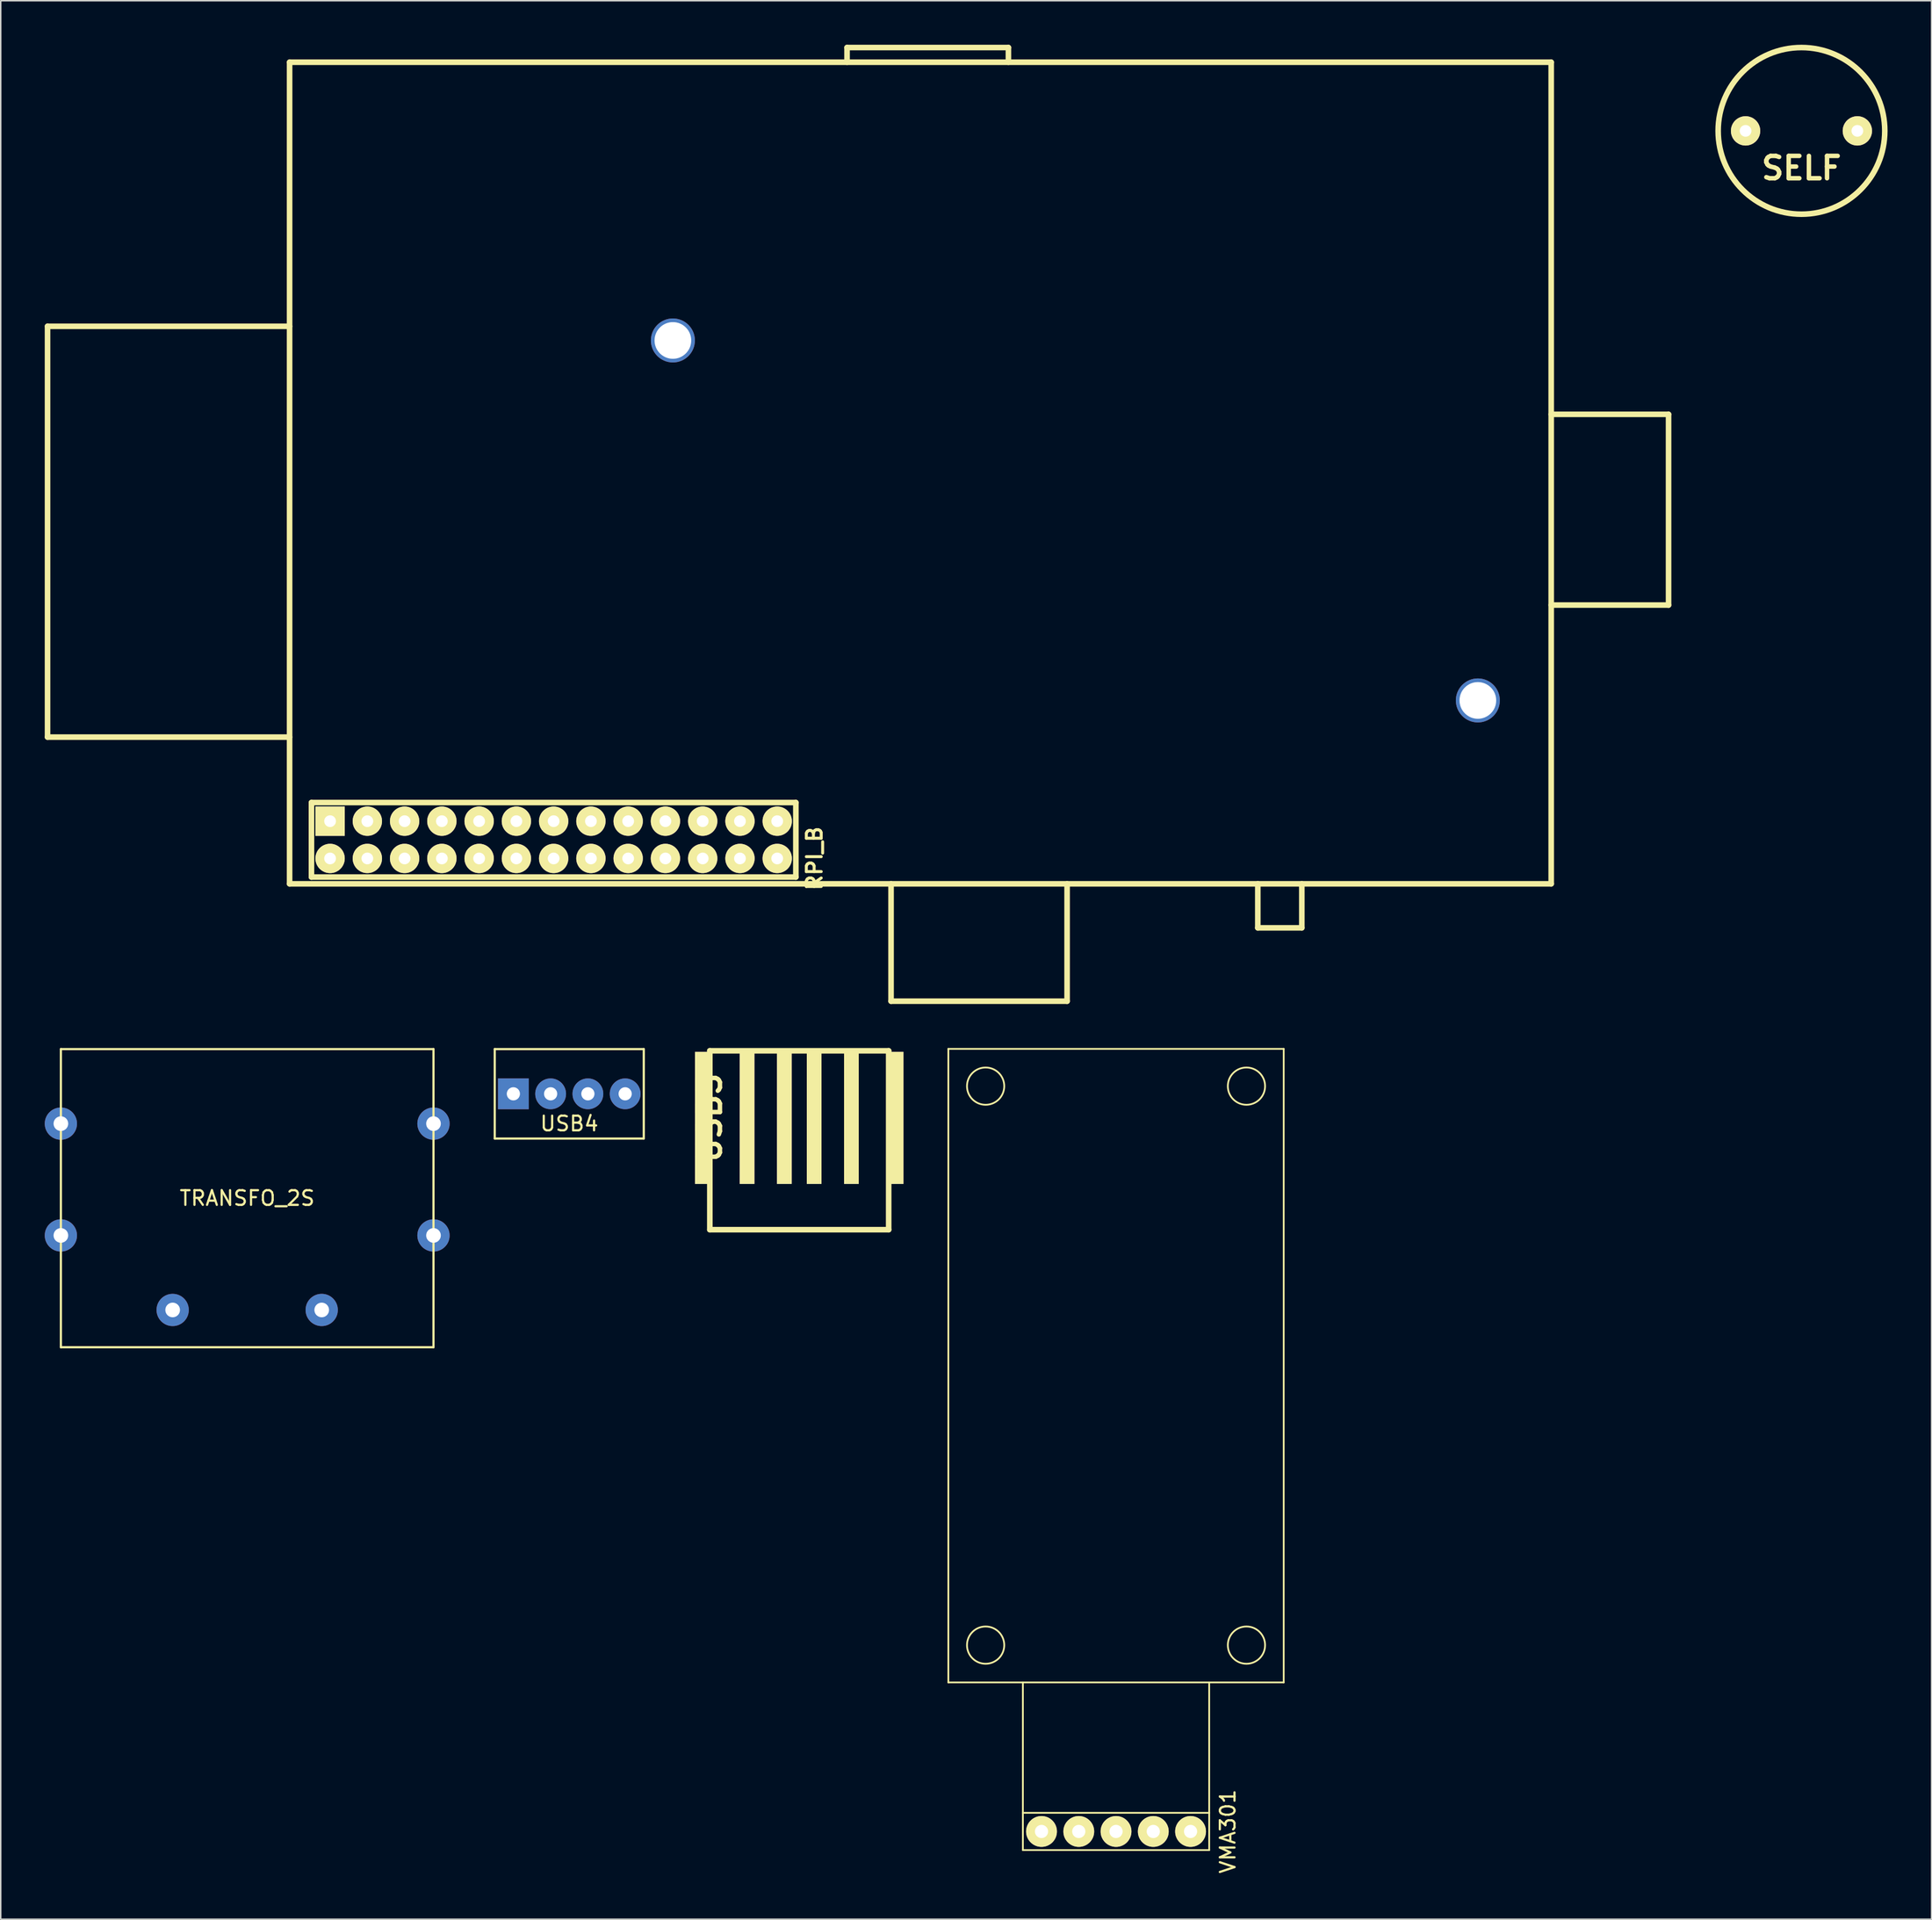
<source format=kicad_pcb>
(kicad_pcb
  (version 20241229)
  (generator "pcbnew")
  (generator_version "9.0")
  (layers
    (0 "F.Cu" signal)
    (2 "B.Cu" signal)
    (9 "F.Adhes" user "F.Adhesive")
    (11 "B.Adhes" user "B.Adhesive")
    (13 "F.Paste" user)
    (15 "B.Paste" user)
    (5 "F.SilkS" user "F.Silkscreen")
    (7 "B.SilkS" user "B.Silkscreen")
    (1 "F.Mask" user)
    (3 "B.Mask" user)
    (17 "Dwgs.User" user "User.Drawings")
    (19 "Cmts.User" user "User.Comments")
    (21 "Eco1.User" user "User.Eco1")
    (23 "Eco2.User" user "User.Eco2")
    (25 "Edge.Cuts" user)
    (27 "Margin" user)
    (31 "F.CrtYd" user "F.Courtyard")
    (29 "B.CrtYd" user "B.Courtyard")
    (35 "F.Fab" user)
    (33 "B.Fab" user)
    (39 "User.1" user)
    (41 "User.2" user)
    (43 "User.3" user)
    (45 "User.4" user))
  (footprint "RPI_B"
    (layer "F.Cu")
    (at 34.691 54.191)
    (property "Reference" "RPI_B" (at 17.78 1.27 270) (layer "F.SilkS") (effects (font (size 1.016 1.016) (thickness 0.203))))
    (attr through_hole)
    (fp_line (start -34.5 -35) (end -18 -35) (stroke (width 0.381) (type solid)) (layer "F.SilkS"))
    (fp_line (start -34.5 -7) (end -34.5 -35) (stroke (width 0.381) (type solid)) (layer "F.SilkS"))
    (fp_line (start -34.5 -7) (end -18 -7) (stroke (width 0.381) (type solid)) (layer "F.SilkS"))
    (fp_line (start -18 -53) (end 68 -53) (stroke (width 0.381) (type solid)) (layer "F.SilkS"))
    (fp_line (start -18 3) (end -18 -53) (stroke (width 0.381) (type solid)) (layer "F.SilkS"))
    (fp_line (start -18 3) (end 68 3) (stroke (width 0.381) (type solid)) (layer "F.SilkS"))
    (fp_line (start -16.51 -2.54) (end 16.51 -2.54) (stroke (width 0.381) (type solid)) (layer "F.SilkS"))
    (fp_line (start -16.51 2.54) (end -16.51 -2.54) (stroke (width 0.381) (type solid)) (layer "F.SilkS"))
    (fp_line (start 16.51 -2.54) (end 16.51 2.54) (stroke (width 0.381) (type solid)) (layer "F.SilkS"))
    (fp_line (start 16.51 2.54) (end -16.51 2.54) (stroke (width 0.381) (type solid)) (layer "F.SilkS"))
    (fp_line (start 20 -54) (end 31 -54) (stroke (width 0.381) (type solid)) (layer "F.SilkS"))
    (fp_line (start 20 -53) (end 20 -54) (stroke (width 0.381) (type solid)) (layer "F.SilkS"))
    (fp_line (start 23 3) (end 23 11) (stroke (width 0.381) (type solid)) (layer "F.SilkS"))
    (fp_line (start 23 11) (end 35 11) (stroke (width 0.381) (type solid)) (layer "F.SilkS"))
    (fp_line (start 31 -54) (end 31 -53) (stroke (width 0.381) (type solid)) (layer "F.SilkS"))
    (fp_line (start 35 3) (end 35 11) (stroke (width 0.381) (type solid)) (layer "F.SilkS"))
    (fp_line (start 48 6) (end 48 3) (stroke (width 0.381) (type solid)) (layer "F.SilkS"))
    (fp_line (start 51 3) (end 51 6) (stroke (width 0.381) (type solid)) (layer "F.SilkS"))
    (fp_line (start 51 6) (end 48 6) (stroke (width 0.381) (type solid)) (layer "F.SilkS"))
    (fp_line (start 68 -16) (end 76 -16) (stroke (width 0.381) (type solid)) (layer "F.SilkS"))
    (fp_line (start 68 3) (end 68 -53) (stroke (width 0.381) (type solid)) (layer "F.SilkS"))
    (fp_line (start 76 -29) (end 68 -29) (stroke (width 0.381) (type solid)) (layer "F.SilkS"))
    (fp_line (start 76 -16) (end 76 -29) (stroke (width 0.381) (type solid)) (layer "F.SilkS"))
    (pad "" thru_hole circle (at 8.128 -34.036) (size 3 3) (drill 2.5) (layers "*.Cu" "*.Mask"))
    (pad "" thru_hole circle (at 63 -9.5) (size 3 3) (drill 2.5) (layers "*.Cu" "*.Mask"))
    (pad "1" thru_hole rect (at -15.24 -1.27) (size 2 2) (drill 0.8) (layers "*.Cu" "*.Mask" "F.SilkS"))
    (pad "2" thru_hole circle (at -15.24 1.27) (size 2 2) (drill 0.8) (layers "*.Cu" "*.Mask" "F.SilkS"))
    (pad "3" thru_hole circle (at -12.7 -1.27) (size 2 2) (drill 0.8) (layers "*.Cu" "*.Mask" "F.SilkS"))
    (pad "4" thru_hole circle (at -12.7 1.27) (size 2 2) (drill 0.8) (layers "*.Cu" "*.Mask" "F.SilkS"))
    (pad "5" thru_hole circle (at -10.16 -1.27) (size 2 2) (drill 0.8) (layers "*.Cu" "*.Mask" "F.SilkS"))
    (pad "6" thru_hole circle (at -10.16 1.27) (size 2 2) (drill 0.8) (layers "*.Cu" "*.Mask" "F.SilkS"))
    (pad "7" thru_hole circle (at -7.62 -1.27) (size 2 2) (drill 0.8) (layers "*.Cu" "*.Mask" "F.SilkS"))
    (pad "8" thru_hole circle (at -7.62 1.27) (size 2 2) (drill 0.8) (layers "*.Cu" "*.Mask" "F.SilkS"))
    (pad "9" thru_hole circle (at -5.08 -1.27) (size 2 2) (drill 0.8) (layers "*.Cu" "*.Mask" "F.SilkS"))
    (pad "10" thru_hole circle (at -5.08 1.27) (size 2 2) (drill 0.8) (layers "*.Cu" "*.Mask" "F.SilkS"))
    (pad "11" thru_hole circle (at -2.54 -1.27) (size 1.999 1.999) (drill 0.8) (layers "*.Cu" "*.Mask" "F.SilkS"))
    (pad "12" thru_hole circle (at -2.54 1.27) (size 1.999 1.999) (drill 0.8) (layers "*.Cu" "*.Mask" "F.SilkS"))
    (pad "13" thru_hole circle (at 0 -1.27) (size 1.999 1.999) (drill 0.8) (layers "*.Cu" "*.Mask" "F.SilkS"))
    (pad "14" thru_hole circle (at 0 1.27) (size 1.999 1.999) (drill 0.8) (layers "*.Cu" "*.Mask" "F.SilkS"))
    (pad "15" thru_hole circle (at 2.54 -1.27) (size 1.999 1.999) (drill 0.8) (layers "*.Cu" "*.Mask" "F.SilkS"))
    (pad "16" thru_hole circle (at 2.54 1.27) (size 1.999 1.999) (drill 0.8) (layers "*.Cu" "*.Mask" "F.SilkS"))
    (pad "17" thru_hole circle (at 5.08 -1.27) (size 1.999 1.999) (drill 0.8) (layers "*.Cu" "*.Mask" "F.SilkS"))
    (pad "18" thru_hole circle (at 5.08 1.27) (size 1.999 1.999) (drill 0.8) (layers "*.Cu" "*.Mask" "F.SilkS"))
    (pad "19" thru_hole circle (at 7.62 -1.27) (size 1.999 1.999) (drill 0.8) (layers "*.Cu" "*.Mask" "F.SilkS"))
    (pad "20" thru_hole circle (at 7.62 1.27) (size 1.999 1.999) (drill 0.8) (layers "*.Cu" "*.Mask" "F.SilkS"))
    (pad "21" thru_hole circle (at 10.16 -1.27) (size 1.999 1.999) (drill 0.8) (layers "*.Cu" "*.Mask" "F.SilkS"))
    (pad "22" thru_hole circle (at 10.16 1.27) (size 1.999 1.999) (drill 0.8) (layers "*.Cu" "*.Mask" "F.SilkS"))
    (pad "23" thru_hole circle (at 12.7 -1.27) (size 1.999 1.999) (drill 0.8) (layers "*.Cu" "*.Mask" "F.SilkS"))
    (pad "24" thru_hole circle (at 12.7 1.27) (size 1.999 1.999) (drill 0.8) (layers "*.Cu" "*.Mask" "F.SilkS"))
    (pad "25" thru_hole circle (at 15.24 -1.27) (size 1.999 1.999) (drill 0.8) (layers "*.Cu" "*.Mask" "F.SilkS"))
    (pad "26" thru_hole circle (at 15.24 1.27) (size 1.999 1.999) (drill 0.8) (layers "*.Cu" "*.Mask" "F.SilkS")))
  (footprint "VMA301"
    (layer "F.Cu")
    (at 73.027 121.781)
    (property "Reference" "VMA301" (at 7.62 0 90) (layer "F.SilkS") (effects (font (size 1 1) (thickness 0.15))))
    (attr through_hole)
    (fp_line (start -11.43 -53.34) (end 11.43 -53.34) (stroke (width 0.12) (type solid)) (layer "F.SilkS"))
    (fp_line (start -11.43 -10.16) (end -11.43 -53.34) (stroke (width 0.12) (type solid)) (layer "F.SilkS"))
    (fp_line (start -6.35 -1.27) (end -6.35 -10.16) (stroke (width 0.12) (type solid)) (layer "F.SilkS"))
    (fp_line (start -6.35 -1.27) (end -6.35 1.27) (stroke (width 0.12) (type solid)) (layer "F.SilkS"))
    (fp_line (start -6.35 1.27) (end 6.35 1.27) (stroke (width 0.12) (type solid)) (layer "F.SilkS"))
    (fp_line (start 6.35 -1.27) (end -6.35 -1.27) (stroke (width 0.12) (type solid)) (layer "F.SilkS"))
    (fp_line (start 6.35 -1.27) (end 6.35 -10.16) (stroke (width 0.12) (type solid)) (layer "F.SilkS"))
    (fp_line (start 6.35 1.27) (end 6.35 -1.27) (stroke (width 0.12) (type solid)) (layer "F.SilkS"))
    (fp_line (start 11.43 -53.34) (end 11.43 -10.16) (stroke (width 0.12) (type solid)) (layer "F.SilkS"))
    (fp_line (start 11.43 -10.16) (end -11.43 -10.16) (stroke (width 0.12) (type solid)) (layer "F.SilkS"))
    (fp_circle (center -8.89 -50.8) (end -8.89 -49.53) (stroke (width 0.12) (type solid)) (fill no) (layer "F.SilkS"))
    (fp_circle (center -8.89 -12.7) (end -8.89 -11.43) (stroke (width 0.12) (type solid)) (fill no) (layer "F.SilkS"))
    (fp_circle (center 8.89 -50.8) (end 8.89 -49.53) (stroke (width 0.12) (type solid)) (fill no) (layer "F.SilkS"))
    (fp_circle (center 8.89 -12.7) (end 8.89 -11.43) (stroke (width 0.12) (type solid)) (fill no) (layer "F.SilkS"))
    (pad "1" thru_hole circle (at -5.08 0) (size 2.101 2.101) (drill 0.899) (layers "*.Cu" "*.Mask" "F.SilkS"))
    (pad "2" thru_hole circle (at -2.54 0) (size 2.101 2.101) (drill 0.899) (layers "*.Cu" "*.Mask" "F.SilkS"))
    (pad "3" thru_hole circle (at 0 0) (size 2.101 2.101) (drill 0.899) (layers "*.Cu" "*.Mask" "F.SilkS"))
    (pad "4" thru_hole circle (at 2.54 0) (size 2.101 2.101) (drill 0.899) (layers "*.Cu" "*.Mask" "F.SilkS"))
    (pad "5" thru_hole circle (at 5.08 0) (size 2.101 2.101) (drill 0.899) (layers "*.Cu" "*.Mask" "F.SilkS")))
  (footprint "USB4"
    (layer "F.Cu")
    (at 35.755 71.504)
    (property "Reference" "USB4" (at 0 2.032 0) (layer "F.SilkS") (effects (font (size 1 1) (thickness 0.15))))
    (attr through_hole)
    (fp_line (start -5.08 -3.048) (end 5.08 -3.048) (stroke (width 0.15) (type solid)) (layer "F.SilkS"))
    (fp_line (start -5.08 3.048) (end -5.08 -3.048) (stroke (width 0.15) (type solid)) (layer "F.SilkS"))
    (fp_line (start 5.08 -3.048) (end 5.08 3.048) (stroke (width 0.15) (type solid)) (layer "F.SilkS"))
    (fp_line (start 5.08 3.048) (end -5.08 3.048) (stroke (width 0.15) (type solid)) (layer "F.SilkS"))
    (pad "1" thru_hole rect (at -3.81 0) (size 2.1 2.1) (drill 0.9) (layers "*.Cu" "*.Mask"))
    (pad "2" thru_hole circle (at -1.27 0) (size 2.1 2.1) (drill 0.9) (layers "*.Cu" "*.Mask"))
    (pad "3" thru_hole circle (at 1.27 0) (size 2.1 2.1) (drill 0.9) (layers "*.Cu" "*.Mask"))
    (pad "4" thru_hole circle (at 3.81 0) (size 2.1 2.1) (drill 0.9) (layers "*.Cu" "*.Mask")))
  (footprint "TRANSFO_2S"
    (layer "F.Cu")
    (at 13.8 78.616)
    (property "Reference" "TRANSFO_2S" (at 0 0 0) (layer "F.SilkS") (effects (font (size 1 1) (thickness 0.15))))
    (attr through_hole)
    (fp_line (start -12.7 -10.16) (end 12.7 -10.16) (stroke (width 0.15) (type solid)) (layer "F.SilkS"))
    (fp_line (start -12.7 10.16) (end -12.7 -10.16) (stroke (width 0.15) (type solid)) (layer "F.SilkS"))
    (fp_line (start 12.7 -10.16) (end 12.7 10.16) (stroke (width 0.15) (type solid)) (layer "F.SilkS"))
    (fp_line (start 12.7 10.16) (end -12.7 10.16) (stroke (width 0.15) (type solid)) (layer "F.SilkS"))
    (pad "1" thru_hole circle (at -5.08 7.62) (size 2.2 2.2) (drill 1) (layers "*.Cu" "*.Mask"))
    (pad "2" thru_hole circle (at 5.08 7.62) (size 2.2 2.2) (drill 1) (layers "*.Cu" "*.Mask"))
    (pad "3" thru_hole circle (at -12.7 -5.08) (size 2.2 2.2) (drill 1) (layers "*.Cu" "*.Mask"))
    (pad "4" thru_hole circle (at -12.7 2.54) (size 2.2 2.2) (drill 1) (layers "*.Cu" "*.Mask"))
    (pad "5" thru_hole circle (at 12.7 2.54) (size 2.2 2.2) (drill 1) (layers "*.Cu" "*.Mask"))
    (pad "6" thru_hole circle (at 12.7 -5.08) (size 2.2 2.2) (drill 1) (layers "*.Cu" "*.Mask")))
  (footprint "USB5"
    (layer "F.Cu")
    (at 51.432 73.144)
    (property "Reference" "USB5" (at -6.096 0 90) (layer "F.SilkS") (effects (font (size 1.524 1.524) (thickness 0.305))))
    (attr through_hole)
    (fp_line (start -6.096 -4.572) (end -6.096 7.62) (stroke (width 0.381) (type solid)) (layer "F.SilkS"))
    (fp_line (start -6.096 -4.572) (end 6.096 -4.572) (stroke (width 0.381) (type solid)) (layer "F.SilkS"))
    (fp_line (start 6.096 -4.572) (end 6.096 7.62) (stroke (width 0.381) (type solid)) (layer "F.SilkS"))
    (fp_line (start 6.096 7.62) (end -6.096 7.62) (stroke (width 0.381) (type solid)) (layer "F.SilkS"))
    (fp_text user "VCC" (at 3.556 -3.556 90) (layer "F.SilkS") (effects (font (size 0.5 0.5) (thickness 0.124))))
    (fp_text user "D+" (at -1.016 -3.556 90) (layer "F.SilkS") (effects (font (size 0.5 0.5) (thickness 0.124))))
    (fp_text user "D-" (at 1.016 -3.556 90) (layer "F.SilkS") (effects (font (size 0.5 0.5) (thickness 0.124))))
    (fp_text user "GND" (at -3.556 -3.556 90) (layer "F.SilkS") (effects (font (size 0.5 0.5) (thickness 0.124))))
    (pad "" thru_hole rect (at -6.604 0) (size 1.001 8.999) (drill 0.000001) (layers "*.Cu" "*.Mask" "F.SilkS"))
    (pad "" thru_hole rect (at 6.604 0) (size 1.001 8.999) (drill 0.000001) (layers "*.Cu" "*.Mask" "F.SilkS"))
    (pad "1" thru_hole rect (at 3.556 0) (size 1.001 8.999) (drill 0.000001) (layers "*.Cu" "*.Mask" "F.SilkS"))
    (pad "2" thru_hole rect (at 1.016 0) (size 1.001 8.999) (drill 0.000001) (layers "*.Cu" "*.Mask" "F.SilkS"))
    (pad "3" thru_hole rect (at -1.016 0) (size 1.001 8.999) (drill 0.000001) (layers "*.Cu" "*.Mask" "F.SilkS"))
    (pad "4" thru_hole rect (at -3.556 0) (size 1.001 8.999) (drill 0.000001) (layers "*.Cu" "*.Mask" "F.SilkS")))
  (footprint "SELF"
    (layer "F.Cu")
    (at 119.751 5.87)
    (property "Reference" "SELF" (at 0 2.54 0) (layer "F.SilkS") (effects (font (size 1.524 1.524) (thickness 0.305))))
    (attr through_hole)
    (fp_circle (center 0 0) (end -5.08 2.54) (stroke (width 0.381) (type solid)) (fill no) (layer "F.SilkS"))
    (pad "1" thru_hole circle (at -3.81 0) (size 1.999 1.999) (drill 0.8) (layers "*.Cu" "*.Mask" "F.SilkS"))
    (pad "2" thru_hole circle (at 3.81 0) (size 1.999 1.999) (drill 0.8) (layers "*.Cu" "*.Mask" "F.SilkS")))
  (gr_rect
    (start -3 -3)
    (end 128.621 127.763)
    (stroke (width 0.1) (type default))
    (fill no)
    (layer "Edge.Cuts")))
</source>
